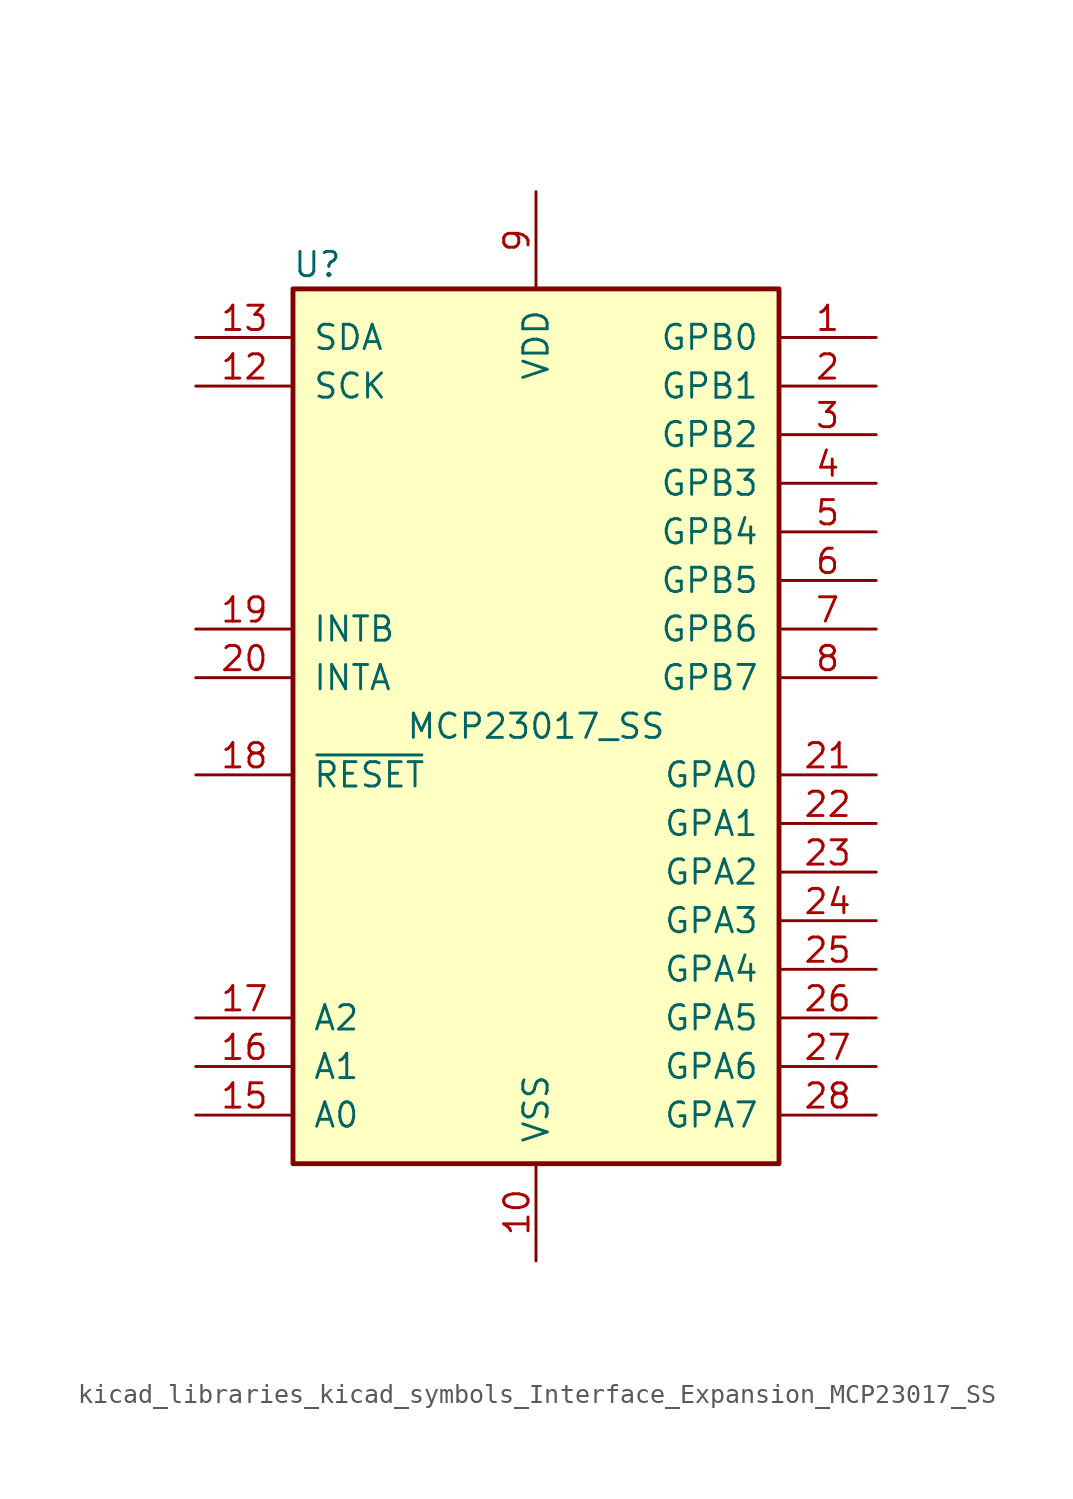
<source format=kicad_sym>
(kicad_symbol_lib
  (version 20220914)
  (generator kicad_symbol_editor)
  (symbol "kicad_libraries_kicad_symbols_Interface_Expansion_MCP23017_SS"
    (pin_names
      (offset 1.016))
    (property "Reference" "U"
      (at -11.43 24.13 0)
      (effects (font (size 1.27 1.27))))
    (property "Value" "MCP23017_SS"
      (at 0 0 0)
      (effects (font (size 1.27 1.27))))
    (symbol "kicad_libraries_kicad_symbols_Interface_Expansion_MCP23017_SS_0_1"
      (rectangle (start -12.7 22.86) (end 12.7 -22.86) (stroke (width 0.254) (type default)) (fill (type background))))
    (symbol "kicad_libraries_kicad_symbols_Interface_Expansion_MCP23017_SS_1_1"
      (pin bidirectional line (at 17.78 20.32 180) (length 5.08) (name "GPB0" (effects (font (size 1.27 1.27)))) (number "1" (effects (font (size 1.27 1.27)))))
      (pin power_in line (at 0 -27.94 90) (length 5.08) (name "VSS" (effects (font (size 1.27 1.27)))) (number "10" (effects (font (size 1.27 1.27)))))
      (pin no_connect line (at -12.7 15.24 0) (length 5.08) hide (name "NC" (effects (font (size 1.27 1.27)))) (number "11" (effects (font (size 1.27 1.27)))))
      (pin input line (at -17.78 17.78 0) (length 5.08) (name "SCK" (effects (font (size 1.27 1.27)))) (number "12" (effects (font (size 1.27 1.27)))))
      (pin bidirectional line (at -17.78 20.32 0) (length 5.08) (name "SDA" (effects (font (size 1.27 1.27)))) (number "13" (effects (font (size 1.27 1.27)))))
      (pin no_connect line (at -12.7 12.7 0) (length 5.08) hide (name "NC" (effects (font (size 1.27 1.27)))) (number "14" (effects (font (size 1.27 1.27)))))
      (pin input line (at -17.78 -20.32 0) (length 5.08) (name "A0" (effects (font (size 1.27 1.27)))) (number "15" (effects (font (size 1.27 1.27)))))
      (pin input line (at -17.78 -17.78 0) (length 5.08) (name "A1" (effects (font (size 1.27 1.27)))) (number "16" (effects (font (size 1.27 1.27)))))
      (pin input line (at -17.78 -15.24 0) (length 5.08) (name "A2" (effects (font (size 1.27 1.27)))) (number "17" (effects (font (size 1.27 1.27)))))
      (pin input line (at -17.78 -2.54 0) (length 5.08) (name "~{RESET}" (effects (font (size 1.27 1.27)))) (number "18" (effects (font (size 1.27 1.27)))))
      (pin tri_state line (at -17.78 5.08 0) (length 5.08) (name "INTB" (effects (font (size 1.27 1.27)))) (number "19" (effects (font (size 1.27 1.27)))))
      (pin bidirectional line (at 17.78 17.78 180) (length 5.08) (name "GPB1" (effects (font (size 1.27 1.27)))) (number "2" (effects (font (size 1.27 1.27)))))
      (pin tri_state line (at -17.78 2.54 0) (length 5.08) (name "INTA" (effects (font (size 1.27 1.27)))) (number "20" (effects (font (size 1.27 1.27)))))
      (pin bidirectional line (at 17.78 -2.54 180) (length 5.08) (name "GPA0" (effects (font (size 1.27 1.27)))) (number "21" (effects (font (size 1.27 1.27)))))
      (pin bidirectional line (at 17.78 -5.08 180) (length 5.08) (name "GPA1" (effects (font (size 1.27 1.27)))) (number "22" (effects (font (size 1.27 1.27)))))
      (pin bidirectional line (at 17.78 -7.62 180) (length 5.08) (name "GPA2" (effects (font (size 1.27 1.27)))) (number "23" (effects (font (size 1.27 1.27)))))
      (pin bidirectional line (at 17.78 -10.16 180) (length 5.08) (name "GPA3" (effects (font (size 1.27 1.27)))) (number "24" (effects (font (size 1.27 1.27)))))
      (pin bidirectional line (at 17.78 -12.7 180) (length 5.08) (name "GPA4" (effects (font (size 1.27 1.27)))) (number "25" (effects (font (size 1.27 1.27)))))
      (pin bidirectional line (at 17.78 -15.24 180) (length 5.08) (name "GPA5" (effects (font (size 1.27 1.27)))) (number "26" (effects (font (size 1.27 1.27)))))
      (pin bidirectional line (at 17.78 -17.78 180) (length 5.08) (name "GPA6" (effects (font (size 1.27 1.27)))) (number "27" (effects (font (size 1.27 1.27)))))
      (pin bidirectional line (at 17.78 -20.32 180) (length 5.08) (name "GPA7" (effects (font (size 1.27 1.27)))) (number "28" (effects (font (size 1.27 1.27)))))
      (pin bidirectional line (at 17.78 15.24 180) (length 5.08) (name "GPB2" (effects (font (size 1.27 1.27)))) (number "3" (effects (font (size 1.27 1.27)))))
      (pin bidirectional line (at 17.78 12.7 180) (length 5.08) (name "GPB3" (effects (font (size 1.27 1.27)))) (number "4" (effects (font (size 1.27 1.27)))))
      (pin bidirectional line (at 17.78 10.16 180) (length 5.08) (name "GPB4" (effects (font (size 1.27 1.27)))) (number "5" (effects (font (size 1.27 1.27)))))
      (pin bidirectional line (at 17.78 7.62 180) (length 5.08) (name "GPB5" (effects (font (size 1.27 1.27)))) (number "6" (effects (font (size 1.27 1.27)))))
      (pin bidirectional line (at 17.78 5.08 180) (length 5.08) (name "GPB6" (effects (font (size 1.27 1.27)))) (number "7" (effects (font (size 1.27 1.27)))))
      (pin bidirectional line (at 17.78 2.54 180) (length 5.08) (name "GPB7" (effects (font (size 1.27 1.27)))) (number "8" (effects (font (size 1.27 1.27)))))
      (pin power_in line (at 0 27.94 270) (length 5.08) (name "VDD" (effects (font (size 1.27 1.27)))) (number "9" (effects (font (size 1.27 1.27))))))))
</source>
